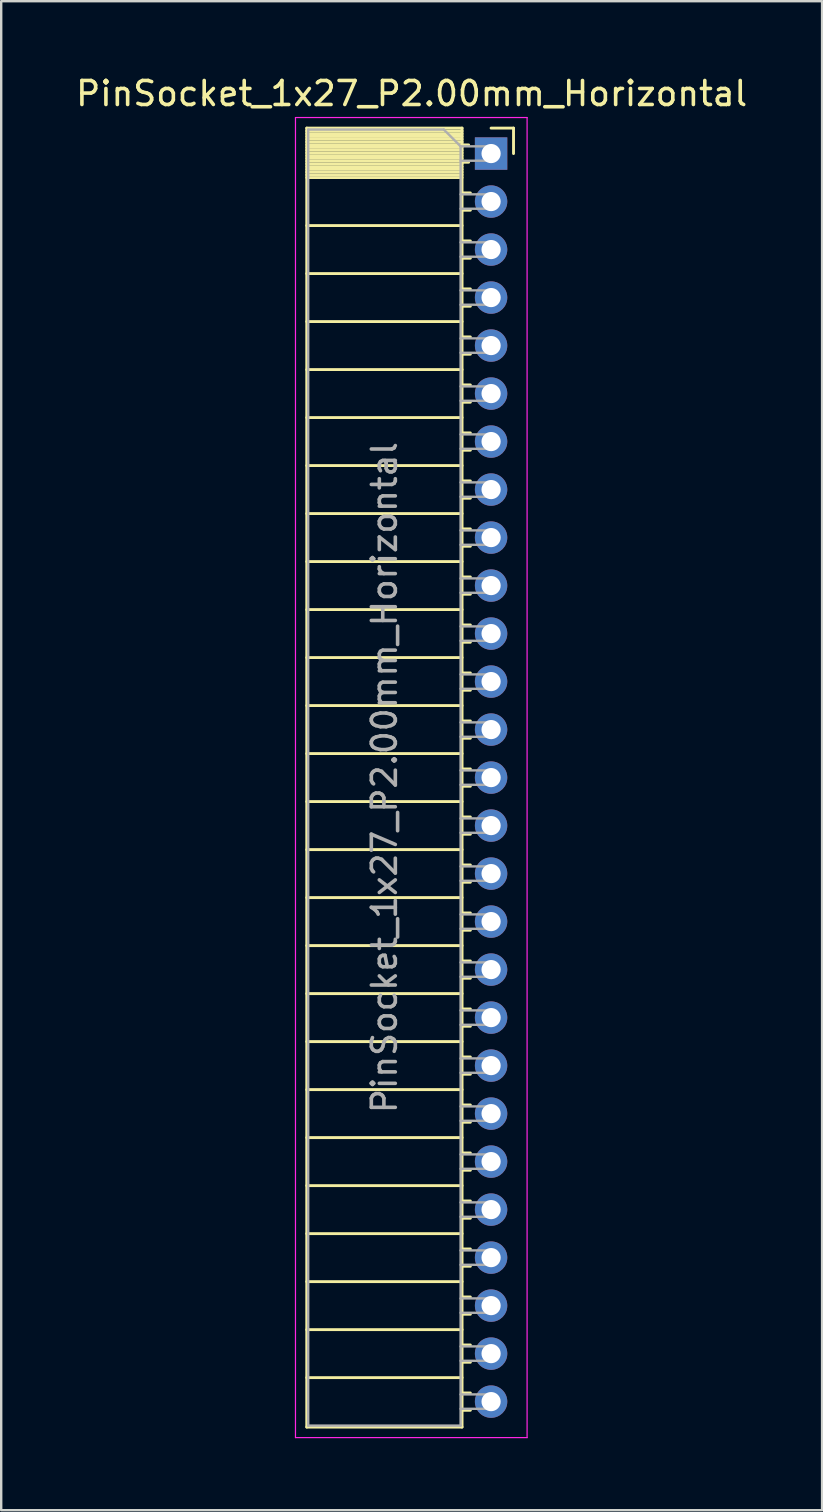
<source format=kicad_pcb>
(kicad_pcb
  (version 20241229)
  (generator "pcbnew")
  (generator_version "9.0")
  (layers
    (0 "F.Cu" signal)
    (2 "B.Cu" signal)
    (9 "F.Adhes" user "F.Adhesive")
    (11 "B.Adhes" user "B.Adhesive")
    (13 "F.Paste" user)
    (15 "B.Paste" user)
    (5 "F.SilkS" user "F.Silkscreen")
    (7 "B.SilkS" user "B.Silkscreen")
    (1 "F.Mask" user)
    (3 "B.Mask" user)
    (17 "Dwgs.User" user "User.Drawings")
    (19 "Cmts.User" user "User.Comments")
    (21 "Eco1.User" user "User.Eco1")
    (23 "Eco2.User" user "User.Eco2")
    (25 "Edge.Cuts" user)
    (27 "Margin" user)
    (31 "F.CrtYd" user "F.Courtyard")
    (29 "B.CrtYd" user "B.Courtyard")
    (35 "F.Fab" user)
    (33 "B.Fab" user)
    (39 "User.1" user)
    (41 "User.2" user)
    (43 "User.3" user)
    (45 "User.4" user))
  (footprint "PinSocket_1x27_P2.00mm_Horizontal"
    (layer "F.Cu")
    (at 17.411 3.348)
    (property "Reference" "PinSocket_1x27_P2.00mm_Horizontal" (at -3.31 -2.5 0) (layer "F.SilkS") (effects (font (size 1 1) (thickness 0.15))))
    (attr through_hole)
    (fp_line (start -7.68 -1.06) (end -7.68 53.06) (stroke (width 0.12) (type solid)) (layer "F.SilkS"))
    (fp_line (start -7.68 -1.06) (end -1.21 -1.06) (stroke (width 0.12) (type solid)) (layer "F.SilkS"))
    (fp_line (start -7.68 -0.94) (end -1.21 -0.94) (stroke (width 0.12) (type solid)) (layer "F.SilkS"))
    (fp_line (start -7.68 -0.826) (end -1.21 -0.826) (stroke (width 0.12) (type solid)) (layer "F.SilkS"))
    (fp_line (start -7.68 -0.712) (end -1.21 -0.712) (stroke (width 0.12) (type solid)) (layer "F.SilkS"))
    (fp_line (start -7.68 -0.598) (end -1.21 -0.598) (stroke (width 0.12) (type solid)) (layer "F.SilkS"))
    (fp_line (start -7.68 -0.484) (end -1.21 -0.484) (stroke (width 0.12) (type solid)) (layer "F.SilkS"))
    (fp_line (start -7.68 -0.369) (end -1.21 -0.369) (stroke (width 0.12) (type solid)) (layer "F.SilkS"))
    (fp_line (start -7.68 -0.255) (end -1.21 -0.255) (stroke (width 0.12) (type solid)) (layer "F.SilkS"))
    (fp_line (start -7.68 -0.141) (end -1.21 -0.141) (stroke (width 0.12) (type solid)) (layer "F.SilkS"))
    (fp_line (start -7.68 -0.027) (end -1.21 -0.027) (stroke (width 0.12) (type solid)) (layer "F.SilkS"))
    (fp_line (start -7.68 0.087) (end -1.21 0.087) (stroke (width 0.12) (type solid)) (layer "F.SilkS"))
    (fp_line (start -7.68 0.201) (end -1.21 0.201) (stroke (width 0.12) (type solid)) (layer "F.SilkS"))
    (fp_line (start -7.68 0.315) (end -1.21 0.315) (stroke (width 0.12) (type solid)) (layer "F.SilkS"))
    (fp_line (start -7.68 0.429) (end -1.21 0.429) (stroke (width 0.12) (type solid)) (layer "F.SilkS"))
    (fp_line (start -7.68 0.544) (end -1.21 0.544) (stroke (width 0.12) (type solid)) (layer "F.SilkS"))
    (fp_line (start -7.68 0.658) (end -1.21 0.658) (stroke (width 0.12) (type solid)) (layer "F.SilkS"))
    (fp_line (start -7.68 0.772) (end -1.21 0.772) (stroke (width 0.12) (type solid)) (layer "F.SilkS"))
    (fp_line (start -7.68 0.886) (end -1.21 0.886) (stroke (width 0.12) (type solid)) (layer "F.SilkS"))
    (fp_line (start -7.68 1) (end -1.21 1) (stroke (width 0.12) (type solid)) (layer "F.SilkS"))
    (fp_line (start -7.68 3) (end -1.21 3) (stroke (width 0.12) (type solid)) (layer "F.SilkS"))
    (fp_line (start -7.68 5) (end -1.21 5) (stroke (width 0.12) (type solid)) (layer "F.SilkS"))
    (fp_line (start -7.68 7) (end -1.21 7) (stroke (width 0.12) (type solid)) (layer "F.SilkS"))
    (fp_line (start -7.68 9) (end -1.21 9) (stroke (width 0.12) (type solid)) (layer "F.SilkS"))
    (fp_line (start -7.68 11) (end -1.21 11) (stroke (width 0.12) (type solid)) (layer "F.SilkS"))
    (fp_line (start -7.68 13) (end -1.21 13) (stroke (width 0.12) (type solid)) (layer "F.SilkS"))
    (fp_line (start -7.68 15) (end -1.21 15) (stroke (width 0.12) (type solid)) (layer "F.SilkS"))
    (fp_line (start -7.68 17) (end -1.21 17) (stroke (width 0.12) (type solid)) (layer "F.SilkS"))
    (fp_line (start -7.68 19) (end -1.21 19) (stroke (width 0.12) (type solid)) (layer "F.SilkS"))
    (fp_line (start -7.68 21) (end -1.21 21) (stroke (width 0.12) (type solid)) (layer "F.SilkS"))
    (fp_line (start -7.68 23) (end -1.21 23) (stroke (width 0.12) (type solid)) (layer "F.SilkS"))
    (fp_line (start -7.68 25) (end -1.21 25) (stroke (width 0.12) (type solid)) (layer "F.SilkS"))
    (fp_line (start -7.68 27) (end -1.21 27) (stroke (width 0.12) (type solid)) (layer "F.SilkS"))
    (fp_line (start -7.68 29) (end -1.21 29) (stroke (width 0.12) (type solid)) (layer "F.SilkS"))
    (fp_line (start -7.68 31) (end -1.21 31) (stroke (width 0.12) (type solid)) (layer "F.SilkS"))
    (fp_line (start -7.68 33) (end -1.21 33) (stroke (width 0.12) (type solid)) (layer "F.SilkS"))
    (fp_line (start -7.68 35) (end -1.21 35) (stroke (width 0.12) (type solid)) (layer "F.SilkS"))
    (fp_line (start -7.68 37) (end -1.21 37) (stroke (width 0.12) (type solid)) (layer "F.SilkS"))
    (fp_line (start -7.68 39) (end -1.21 39) (stroke (width 0.12) (type solid)) (layer "F.SilkS"))
    (fp_line (start -7.68 41) (end -1.21 41) (stroke (width 0.12) (type solid)) (layer "F.SilkS"))
    (fp_line (start -7.68 43) (end -1.21 43) (stroke (width 0.12) (type solid)) (layer "F.SilkS"))
    (fp_line (start -7.68 45) (end -1.21 45) (stroke (width 0.12) (type solid)) (layer "F.SilkS"))
    (fp_line (start -7.68 47) (end -1.21 47) (stroke (width 0.12) (type solid)) (layer "F.SilkS"))
    (fp_line (start -7.68 49) (end -1.21 49) (stroke (width 0.12) (type solid)) (layer "F.SilkS"))
    (fp_line (start -7.68 51) (end -1.21 51) (stroke (width 0.12) (type solid)) (layer "F.SilkS"))
    (fp_line (start -7.68 53.06) (end -1.21 53.06) (stroke (width 0.12) (type solid)) (layer "F.SilkS"))
    (fp_line (start -1.21 -1.06) (end -1.21 53.06) (stroke (width 0.12) (type solid)) (layer "F.SilkS"))
    (fp_line (start -1.21 -0.36) (end -0.935 -0.36) (stroke (width 0.12) (type solid)) (layer "F.SilkS"))
    (fp_line (start -1.21 0.36) (end -0.935 0.36) (stroke (width 0.12) (type solid)) (layer "F.SilkS"))
    (fp_line (start -1.21 1.64) (end -0.863 1.64) (stroke (width 0.12) (type solid)) (layer "F.SilkS"))
    (fp_line (start -1.21 2.36) (end -0.863 2.36) (stroke (width 0.12) (type solid)) (layer "F.SilkS"))
    (fp_line (start -1.21 3.64) (end -0.863 3.64) (stroke (width 0.12) (type solid)) (layer "F.SilkS"))
    (fp_line (start -1.21 4.36) (end -0.863 4.36) (stroke (width 0.12) (type solid)) (layer "F.SilkS"))
    (fp_line (start -1.21 5.64) (end -0.863 5.64) (stroke (width 0.12) (type solid)) (layer "F.SilkS"))
    (fp_line (start -1.21 6.36) (end -0.863 6.36) (stroke (width 0.12) (type solid)) (layer "F.SilkS"))
    (fp_line (start -1.21 7.64) (end -0.863 7.64) (stroke (width 0.12) (type solid)) (layer "F.SilkS"))
    (fp_line (start -1.21 8.36) (end -0.863 8.36) (stroke (width 0.12) (type solid)) (layer "F.SilkS"))
    (fp_line (start -1.21 9.64) (end -0.863 9.64) (stroke (width 0.12) (type solid)) (layer "F.SilkS"))
    (fp_line (start -1.21 10.36) (end -0.863 10.36) (stroke (width 0.12) (type solid)) (layer "F.SilkS"))
    (fp_line (start -1.21 11.64) (end -0.863 11.64) (stroke (width 0.12) (type solid)) (layer "F.SilkS"))
    (fp_line (start -1.21 12.36) (end -0.863 12.36) (stroke (width 0.12) (type solid)) (layer "F.SilkS"))
    (fp_line (start -1.21 13.64) (end -0.863 13.64) (stroke (width 0.12) (type solid)) (layer "F.SilkS"))
    (fp_line (start -1.21 14.36) (end -0.863 14.36) (stroke (width 0.12) (type solid)) (layer "F.SilkS"))
    (fp_line (start -1.21 15.64) (end -0.863 15.64) (stroke (width 0.12) (type solid)) (layer "F.SilkS"))
    (fp_line (start -1.21 16.36) (end -0.863 16.36) (stroke (width 0.12) (type solid)) (layer "F.SilkS"))
    (fp_line (start -1.21 17.64) (end -0.863 17.64) (stroke (width 0.12) (type solid)) (layer "F.SilkS"))
    (fp_line (start -1.21 18.36) (end -0.863 18.36) (stroke (width 0.12) (type solid)) (layer "F.SilkS"))
    (fp_line (start -1.21 19.64) (end -0.863 19.64) (stroke (width 0.12) (type solid)) (layer "F.SilkS"))
    (fp_line (start -1.21 20.36) (end -0.863 20.36) (stroke (width 0.12) (type solid)) (layer "F.SilkS"))
    (fp_line (start -1.21 21.64) (end -0.863 21.64) (stroke (width 0.12) (type solid)) (layer "F.SilkS"))
    (fp_line (start -1.21 22.36) (end -0.863 22.36) (stroke (width 0.12) (type solid)) (layer "F.SilkS"))
    (fp_line (start -1.21 23.64) (end -0.863 23.64) (stroke (width 0.12) (type solid)) (layer "F.SilkS"))
    (fp_line (start -1.21 24.36) (end -0.863 24.36) (stroke (width 0.12) (type solid)) (layer "F.SilkS"))
    (fp_line (start -1.21 25.64) (end -0.863 25.64) (stroke (width 0.12) (type solid)) (layer "F.SilkS"))
    (fp_line (start -1.21 26.36) (end -0.863 26.36) (stroke (width 0.12) (type solid)) (layer "F.SilkS"))
    (fp_line (start -1.21 27.64) (end -0.863 27.64) (stroke (width 0.12) (type solid)) (layer "F.SilkS"))
    (fp_line (start -1.21 28.36) (end -0.863 28.36) (stroke (width 0.12) (type solid)) (layer "F.SilkS"))
    (fp_line (start -1.21 29.64) (end -0.863 29.64) (stroke (width 0.12) (type solid)) (layer "F.SilkS"))
    (fp_line (start -1.21 30.36) (end -0.863 30.36) (stroke (width 0.12) (type solid)) (layer "F.SilkS"))
    (fp_line (start -1.21 31.64) (end -0.863 31.64) (stroke (width 0.12) (type solid)) (layer "F.SilkS"))
    (fp_line (start -1.21 32.36) (end -0.863 32.36) (stroke (width 0.12) (type solid)) (layer "F.SilkS"))
    (fp_line (start -1.21 33.64) (end -0.863 33.64) (stroke (width 0.12) (type solid)) (layer "F.SilkS"))
    (fp_line (start -1.21 34.36) (end -0.863 34.36) (stroke (width 0.12) (type solid)) (layer "F.SilkS"))
    (fp_line (start -1.21 35.64) (end -0.863 35.64) (stroke (width 0.12) (type solid)) (layer "F.SilkS"))
    (fp_line (start -1.21 36.36) (end -0.863 36.36) (stroke (width 0.12) (type solid)) (layer "F.SilkS"))
    (fp_line (start -1.21 37.64) (end -0.863 37.64) (stroke (width 0.12) (type solid)) (layer "F.SilkS"))
    (fp_line (start -1.21 38.36) (end -0.863 38.36) (stroke (width 0.12) (type solid)) (layer "F.SilkS"))
    (fp_line (start -1.21 39.64) (end -0.863 39.64) (stroke (width 0.12) (type solid)) (layer "F.SilkS"))
    (fp_line (start -1.21 40.36) (end -0.863 40.36) (stroke (width 0.12) (type solid)) (layer "F.SilkS"))
    (fp_line (start -1.21 41.64) (end -0.863 41.64) (stroke (width 0.12) (type solid)) (layer "F.SilkS"))
    (fp_line (start -1.21 42.36) (end -0.863 42.36) (stroke (width 0.12) (type solid)) (layer "F.SilkS"))
    (fp_line (start -1.21 43.64) (end -0.863 43.64) (stroke (width 0.12) (type solid)) (layer "F.SilkS"))
    (fp_line (start -1.21 44.36) (end -0.863 44.36) (stroke (width 0.12) (type solid)) (layer "F.SilkS"))
    (fp_line (start -1.21 45.64) (end -0.863 45.64) (stroke (width 0.12) (type solid)) (layer "F.SilkS"))
    (fp_line (start -1.21 46.36) (end -0.863 46.36) (stroke (width 0.12) (type solid)) (layer "F.SilkS"))
    (fp_line (start -1.21 47.64) (end -0.863 47.64) (stroke (width 0.12) (type solid)) (layer "F.SilkS"))
    (fp_line (start -1.21 48.36) (end -0.863 48.36) (stroke (width 0.12) (type solid)) (layer "F.SilkS"))
    (fp_line (start -1.21 49.64) (end -0.863 49.64) (stroke (width 0.12) (type solid)) (layer "F.SilkS"))
    (fp_line (start -1.21 50.36) (end -0.863 50.36) (stroke (width 0.12) (type solid)) (layer "F.SilkS"))
    (fp_line (start -1.21 51.64) (end -0.863 51.64) (stroke (width 0.12) (type solid)) (layer "F.SilkS"))
    (fp_line (start -1.21 52.36) (end -0.863 52.36) (stroke (width 0.12) (type solid)) (layer "F.SilkS"))
    (fp_line (start 0 -1.06) (end 0.935 -1.06) (stroke (width 0.12) (type solid)) (layer "F.SilkS"))
    (fp_line (start 0.935 -1.06) (end 0.935 0) (stroke (width 0.12) (type solid)) (layer "F.SilkS"))
    (fp_line (start -8.15 -1.5) (end -8.15 53.5) (stroke (width 0.05) (type solid)) (layer "F.CrtYd"))
    (fp_line (start -8.15 53.5) (end 1.5 53.5) (stroke (width 0.05) (type solid)) (layer "F.CrtYd"))
    (fp_line (start 1.5 -1.5) (end -8.15 -1.5) (stroke (width 0.05) (type solid)) (layer "F.CrtYd"))
    (fp_line (start 1.5 53.5) (end 1.5 -1.5) (stroke (width 0.05) (type solid)) (layer "F.CrtYd"))
    (fp_line (start -7.62 -1) (end -1.97 -1) (stroke (width 0.1) (type solid)) (layer "F.Fab"))
    (fp_line (start -7.62 53) (end -7.62 -1) (stroke (width 0.1) (type solid)) (layer "F.Fab"))
    (fp_line (start -1.97 -1) (end -1.27 -0.3) (stroke (width 0.1) (type solid)) (layer "F.Fab"))
    (fp_line (start -1.27 -0.3) (end -1.27 53) (stroke (width 0.1) (type solid)) (layer "F.Fab"))
    (fp_line (start -1.27 0.3) (end 0 0.3) (stroke (width 0.1) (type solid)) (layer "F.Fab"))
    (fp_line (start -1.27 2.3) (end 0 2.3) (stroke (width 0.1) (type solid)) (layer "F.Fab"))
    (fp_line (start -1.27 4.3) (end 0 4.3) (stroke (width 0.1) (type solid)) (layer "F.Fab"))
    (fp_line (start -1.27 6.3) (end 0 6.3) (stroke (width 0.1) (type solid)) (layer "F.Fab"))
    (fp_line (start -1.27 8.3) (end 0 8.3) (stroke (width 0.1) (type solid)) (layer "F.Fab"))
    (fp_line (start -1.27 10.3) (end 0 10.3) (stroke (width 0.1) (type solid)) (layer "F.Fab"))
    (fp_line (start -1.27 12.3) (end 0 12.3) (stroke (width 0.1) (type solid)) (layer "F.Fab"))
    (fp_line (start -1.27 14.3) (end 0 14.3) (stroke (width 0.1) (type solid)) (layer "F.Fab"))
    (fp_line (start -1.27 16.3) (end 0 16.3) (stroke (width 0.1) (type solid)) (layer "F.Fab"))
    (fp_line (start -1.27 18.3) (end 0 18.3) (stroke (width 0.1) (type solid)) (layer "F.Fab"))
    (fp_line (start -1.27 20.3) (end 0 20.3) (stroke (width 0.1) (type solid)) (layer "F.Fab"))
    (fp_line (start -1.27 22.3) (end 0 22.3) (stroke (width 0.1) (type solid)) (layer "F.Fab"))
    (fp_line (start -1.27 24.3) (end 0 24.3) (stroke (width 0.1) (type solid)) (layer "F.Fab"))
    (fp_line (start -1.27 26.3) (end 0 26.3) (stroke (width 0.1) (type solid)) (layer "F.Fab"))
    (fp_line (start -1.27 28.3) (end 0 28.3) (stroke (width 0.1) (type solid)) (layer "F.Fab"))
    (fp_line (start -1.27 30.3) (end 0 30.3) (stroke (width 0.1) (type solid)) (layer "F.Fab"))
    (fp_line (start -1.27 32.3) (end 0 32.3) (stroke (width 0.1) (type solid)) (layer "F.Fab"))
    (fp_line (start -1.27 34.3) (end 0 34.3) (stroke (width 0.1) (type solid)) (layer "F.Fab"))
    (fp_line (start -1.27 36.3) (end 0 36.3) (stroke (width 0.1) (type solid)) (layer "F.Fab"))
    (fp_line (start -1.27 38.3) (end 0 38.3) (stroke (width 0.1) (type solid)) (layer "F.Fab"))
    (fp_line (start -1.27 40.3) (end 0 40.3) (stroke (width 0.1) (type solid)) (layer "F.Fab"))
    (fp_line (start -1.27 42.3) (end 0 42.3) (stroke (width 0.1) (type solid)) (layer "F.Fab"))
    (fp_line (start -1.27 44.3) (end 0 44.3) (stroke (width 0.1) (type solid)) (layer "F.Fab"))
    (fp_line (start -1.27 46.3) (end 0 46.3) (stroke (width 0.1) (type solid)) (layer "F.Fab"))
    (fp_line (start -1.27 48.3) (end 0 48.3) (stroke (width 0.1) (type solid)) (layer "F.Fab"))
    (fp_line (start -1.27 50.3) (end 0 50.3) (stroke (width 0.1) (type solid)) (layer "F.Fab"))
    (fp_line (start -1.27 52.3) (end 0 52.3) (stroke (width 0.1) (type solid)) (layer "F.Fab"))
    (fp_line (start -1.27 53) (end -7.62 53) (stroke (width 0.1) (type solid)) (layer "F.Fab"))
    (fp_line (start 0 -0.3) (end -1.27 -0.3) (stroke (width 0.1) (type solid)) (layer "F.Fab"))
    (fp_line (start 0 0.3) (end 0 -0.3) (stroke (width 0.1) (type solid)) (layer "F.Fab"))
    (fp_line (start 0 1.7) (end -1.27 1.7) (stroke (width 0.1) (type solid)) (layer "F.Fab"))
    (fp_line (start 0 2.3) (end 0 1.7) (stroke (width 0.1) (type solid)) (layer "F.Fab"))
    (fp_line (start 0 3.7) (end -1.27 3.7) (stroke (width 0.1) (type solid)) (layer "F.Fab"))
    (fp_line (start 0 4.3) (end 0 3.7) (stroke (width 0.1) (type solid)) (layer "F.Fab"))
    (fp_line (start 0 5.7) (end -1.27 5.7) (stroke (width 0.1) (type solid)) (layer "F.Fab"))
    (fp_line (start 0 6.3) (end 0 5.7) (stroke (width 0.1) (type solid)) (layer "F.Fab"))
    (fp_line (start 0 7.7) (end -1.27 7.7) (stroke (width 0.1) (type solid)) (layer "F.Fab"))
    (fp_line (start 0 8.3) (end 0 7.7) (stroke (width 0.1) (type solid)) (layer "F.Fab"))
    (fp_line (start 0 9.7) (end -1.27 9.7) (stroke (width 0.1) (type solid)) (layer "F.Fab"))
    (fp_line (start 0 10.3) (end 0 9.7) (stroke (width 0.1) (type solid)) (layer "F.Fab"))
    (fp_line (start 0 11.7) (end -1.27 11.7) (stroke (width 0.1) (type solid)) (layer "F.Fab"))
    (fp_line (start 0 12.3) (end 0 11.7) (stroke (width 0.1) (type solid)) (layer "F.Fab"))
    (fp_line (start 0 13.7) (end -1.27 13.7) (stroke (width 0.1) (type solid)) (layer "F.Fab"))
    (fp_line (start 0 14.3) (end 0 13.7) (stroke (width 0.1) (type solid)) (layer "F.Fab"))
    (fp_line (start 0 15.7) (end -1.27 15.7) (stroke (width 0.1) (type solid)) (layer "F.Fab"))
    (fp_line (start 0 16.3) (end 0 15.7) (stroke (width 0.1) (type solid)) (layer "F.Fab"))
    (fp_line (start 0 17.7) (end -1.27 17.7) (stroke (width 0.1) (type solid)) (layer "F.Fab"))
    (fp_line (start 0 18.3) (end 0 17.7) (stroke (width 0.1) (type solid)) (layer "F.Fab"))
    (fp_line (start 0 19.7) (end -1.27 19.7) (stroke (width 0.1) (type solid)) (layer "F.Fab"))
    (fp_line (start 0 20.3) (end 0 19.7) (stroke (width 0.1) (type solid)) (layer "F.Fab"))
    (fp_line (start 0 21.7) (end -1.27 21.7) (stroke (width 0.1) (type solid)) (layer "F.Fab"))
    (fp_line (start 0 22.3) (end 0 21.7) (stroke (width 0.1) (type solid)) (layer "F.Fab"))
    (fp_line (start 0 23.7) (end -1.27 23.7) (stroke (width 0.1) (type solid)) (layer "F.Fab"))
    (fp_line (start 0 24.3) (end 0 23.7) (stroke (width 0.1) (type solid)) (layer "F.Fab"))
    (fp_line (start 0 25.7) (end -1.27 25.7) (stroke (width 0.1) (type solid)) (layer "F.Fab"))
    (fp_line (start 0 26.3) (end 0 25.7) (stroke (width 0.1) (type solid)) (layer "F.Fab"))
    (fp_line (start 0 27.7) (end -1.27 27.7) (stroke (width 0.1) (type solid)) (layer "F.Fab"))
    (fp_line (start 0 28.3) (end 0 27.7) (stroke (width 0.1) (type solid)) (layer "F.Fab"))
    (fp_line (start 0 29.7) (end -1.27 29.7) (stroke (width 0.1) (type solid)) (layer "F.Fab"))
    (fp_line (start 0 30.3) (end 0 29.7) (stroke (width 0.1) (type solid)) (layer "F.Fab"))
    (fp_line (start 0 31.7) (end -1.27 31.7) (stroke (width 0.1) (type solid)) (layer "F.Fab"))
    (fp_line (start 0 32.3) (end 0 31.7) (stroke (width 0.1) (type solid)) (layer "F.Fab"))
    (fp_line (start 0 33.7) (end -1.27 33.7) (stroke (width 0.1) (type solid)) (layer "F.Fab"))
    (fp_line (start 0 34.3) (end 0 33.7) (stroke (width 0.1) (type solid)) (layer "F.Fab"))
    (fp_line (start 0 35.7) (end -1.27 35.7) (stroke (width 0.1) (type solid)) (layer "F.Fab"))
    (fp_line (start 0 36.3) (end 0 35.7) (stroke (width 0.1) (type solid)) (layer "F.Fab"))
    (fp_line (start 0 37.7) (end -1.27 37.7) (stroke (width 0.1) (type solid)) (layer "F.Fab"))
    (fp_line (start 0 38.3) (end 0 37.7) (stroke (width 0.1) (type solid)) (layer "F.Fab"))
    (fp_line (start 0 39.7) (end -1.27 39.7) (stroke (width 0.1) (type solid)) (layer "F.Fab"))
    (fp_line (start 0 40.3) (end 0 39.7) (stroke (width 0.1) (type solid)) (layer "F.Fab"))
    (fp_line (start 0 41.7) (end -1.27 41.7) (stroke (width 0.1) (type solid)) (layer "F.Fab"))
    (fp_line (start 0 42.3) (end 0 41.7) (stroke (width 0.1) (type solid)) (layer "F.Fab"))
    (fp_line (start 0 43.7) (end -1.27 43.7) (stroke (width 0.1) (type solid)) (layer "F.Fab"))
    (fp_line (start 0 44.3) (end 0 43.7) (stroke (width 0.1) (type solid)) (layer "F.Fab"))
    (fp_line (start 0 45.7) (end -1.27 45.7) (stroke (width 0.1) (type solid)) (layer "F.Fab"))
    (fp_line (start 0 46.3) (end 0 45.7) (stroke (width 0.1) (type solid)) (layer "F.Fab"))
    (fp_line (start 0 47.7) (end -1.27 47.7) (stroke (width 0.1) (type solid)) (layer "F.Fab"))
    (fp_line (start 0 48.3) (end 0 47.7) (stroke (width 0.1) (type solid)) (layer "F.Fab"))
    (fp_line (start 0 49.7) (end -1.27 49.7) (stroke (width 0.1) (type solid)) (layer "F.Fab"))
    (fp_line (start 0 50.3) (end 0 49.7) (stroke (width 0.1) (type solid)) (layer "F.Fab"))
    (fp_line (start 0 51.7) (end -1.27 51.7) (stroke (width 0.1) (type solid)) (layer "F.Fab"))
    (fp_line (start 0 52.3) (end 0 51.7) (stroke (width 0.1) (type solid)) (layer "F.Fab"))
    (fp_text user "${REFERENCE}" (at -4.445 26 90) (layer "F.Fab") (effects (font (size 1 1) (thickness 0.15))))
    (pad "1" thru_hole rect (at 0 0) (size 1.35 1.35) (drill 0.8) (layers "*.Cu" "*.Mask"))
    (pad "2" thru_hole circle (at 0 2) (size 1.35 1.35) (drill 0.8) (layers "*.Cu" "*.Mask"))
    (pad "3" thru_hole circle (at 0 4) (size 1.35 1.35) (drill 0.8) (layers "*.Cu" "*.Mask"))
    (pad "4" thru_hole circle (at 0 6) (size 1.35 1.35) (drill 0.8) (layers "*.Cu" "*.Mask"))
    (pad "5" thru_hole circle (at 0 8) (size 1.35 1.35) (drill 0.8) (layers "*.Cu" "*.Mask"))
    (pad "6" thru_hole circle (at 0 10) (size 1.35 1.35) (drill 0.8) (layers "*.Cu" "*.Mask"))
    (pad "7" thru_hole circle (at 0 12) (size 1.35 1.35) (drill 0.8) (layers "*.Cu" "*.Mask"))
    (pad "8" thru_hole circle (at 0 14) (size 1.35 1.35) (drill 0.8) (layers "*.Cu" "*.Mask"))
    (pad "9" thru_hole circle (at 0 16) (size 1.35 1.35) (drill 0.8) (layers "*.Cu" "*.Mask"))
    (pad "10" thru_hole circle (at 0 18) (size 1.35 1.35) (drill 0.8) (layers "*.Cu" "*.Mask"))
    (pad "11" thru_hole circle (at 0 20) (size 1.35 1.35) (drill 0.8) (layers "*.Cu" "*.Mask"))
    (pad "12" thru_hole circle (at 0 22) (size 1.35 1.35) (drill 0.8) (layers "*.Cu" "*.Mask"))
    (pad "13" thru_hole circle (at 0 24) (size 1.35 1.35) (drill 0.8) (layers "*.Cu" "*.Mask"))
    (pad "14" thru_hole circle (at 0 26) (size 1.35 1.35) (drill 0.8) (layers "*.Cu" "*.Mask"))
    (pad "15" thru_hole circle (at 0 28) (size 1.35 1.35) (drill 0.8) (layers "*.Cu" "*.Mask"))
    (pad "16" thru_hole circle (at 0 30) (size 1.35 1.35) (drill 0.8) (layers "*.Cu" "*.Mask"))
    (pad "17" thru_hole circle (at 0 32) (size 1.35 1.35) (drill 0.8) (layers "*.Cu" "*.Mask"))
    (pad "18" thru_hole circle (at 0 34) (size 1.35 1.35) (drill 0.8) (layers "*.Cu" "*.Mask"))
    (pad "19" thru_hole circle (at 0 36) (size 1.35 1.35) (drill 0.8) (layers "*.Cu" "*.Mask"))
    (pad "20" thru_hole circle (at 0 38) (size 1.35 1.35) (drill 0.8) (layers "*.Cu" "*.Mask"))
    (pad "21" thru_hole circle (at 0 40) (size 1.35 1.35) (drill 0.8) (layers "*.Cu" "*.Mask"))
    (pad "22" thru_hole circle (at 0 42) (size 1.35 1.35) (drill 0.8) (layers "*.Cu" "*.Mask"))
    (pad "23" thru_hole circle (at 0 44) (size 1.35 1.35) (drill 0.8) (layers "*.Cu" "*.Mask"))
    (pad "24" thru_hole circle (at 0 46) (size 1.35 1.35) (drill 0.8) (layers "*.Cu" "*.Mask"))
    (pad "25" thru_hole circle (at 0 48) (size 1.35 1.35) (drill 0.8) (layers "*.Cu" "*.Mask"))
    (pad "26" thru_hole circle (at 0 50) (size 1.35 1.35) (drill 0.8) (layers "*.Cu" "*.Mask"))
    (pad "27" thru_hole circle (at 0 52) (size 1.35 1.35) (drill 0.8) (layers "*.Cu" "*.Mask")))
  (gr_rect
    (start -3 -3)
    (end 31.202 59.873)
    (stroke (width 0.1) (type default))
    (fill no)
    (layer "Edge.Cuts")))
</source>
